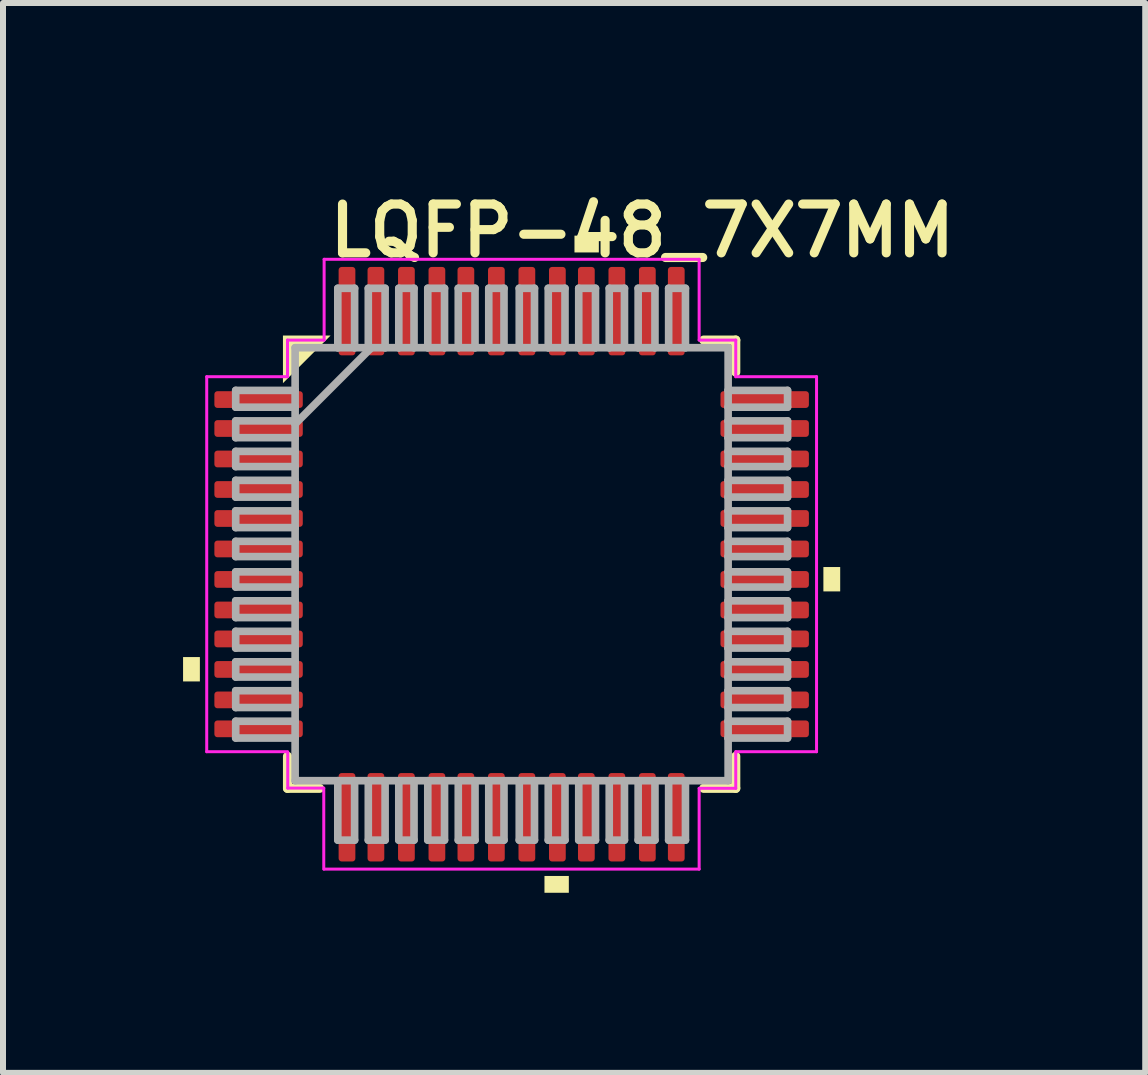
<source format=kicad_pcb>
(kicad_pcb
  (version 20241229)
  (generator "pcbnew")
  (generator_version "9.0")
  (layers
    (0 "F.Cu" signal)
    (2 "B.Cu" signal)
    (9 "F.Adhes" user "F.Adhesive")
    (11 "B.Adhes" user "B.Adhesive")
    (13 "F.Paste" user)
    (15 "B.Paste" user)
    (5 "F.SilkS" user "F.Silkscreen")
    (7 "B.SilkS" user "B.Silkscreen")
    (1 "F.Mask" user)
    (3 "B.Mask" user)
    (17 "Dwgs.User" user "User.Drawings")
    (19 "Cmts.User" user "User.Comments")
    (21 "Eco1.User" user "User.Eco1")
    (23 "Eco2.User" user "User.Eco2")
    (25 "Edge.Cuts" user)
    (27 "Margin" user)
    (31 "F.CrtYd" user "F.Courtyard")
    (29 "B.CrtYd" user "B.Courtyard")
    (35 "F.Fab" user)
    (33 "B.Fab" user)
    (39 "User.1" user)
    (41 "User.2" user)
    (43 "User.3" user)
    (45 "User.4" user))
  (footprint "LQFP-48_7X7MM"
    (layer "F.Cu")
    (at 5.474 6.35)
    (property "Reference" "LQFP-48_7X7MM" (at -3.111 -5.08 0) (layer "F.SilkS") (effects (font (size 0.813 0.813) (thickness 0.152) (bold yes)) (justify left bottom)))
    (attr smd)
    (fp_line (start -3.734 3.2) (end -3.734 3.734) (stroke (width 0.152) (type solid)) (layer "F.SilkS"))
    (fp_line (start -3.734 3.734) (end -3.2 3.734) (stroke (width 0.152) (type solid)) (layer "F.SilkS"))
    (fp_line (start 3.2 3.734) (end 3.734 3.734) (stroke (width 0.152) (type solid)) (layer "F.SilkS"))
    (fp_line (start 3.734 -3.734) (end 3.2 -3.734) (stroke (width 0.152) (type solid)) (layer "F.SilkS"))
    (fp_line (start 3.734 -3.2) (end 3.734 -3.734) (stroke (width 0.152) (type solid)) (layer "F.SilkS"))
    (fp_line (start 3.734 3.734) (end 3.734 3.2) (stroke (width 0.152) (type solid)) (layer "F.SilkS"))
    (fp_poly (pts (xy -3.81 -3.016) (xy -3.81 -3.81) (xy -3.016 -3.81)) (stroke (width 0) (type default)) (fill yes) (layer "F.SilkS"))
    (fp_poly (pts (xy -5.194 1.953) (xy -5.474 1.953) (xy -5.474 1.547) (xy -5.194 1.547)) (stroke (width 0) (type default)) (fill yes) (layer "F.SilkS"))
    (fp_poly (pts (xy 0.953 5.474) (xy 0.547 5.474) (xy 0.547 5.194) (xy 0.953 5.194)) (stroke (width 0) (type default)) (fill yes) (layer "F.SilkS"))
    (fp_poly (pts (xy 1.453 -5.194) (xy 1.047 -5.194) (xy 1.047 -5.474) (xy 1.453 -5.474)) (stroke (width 0) (type default)) (fill yes) (layer "F.SilkS"))
    (fp_poly (pts (xy 5.474 0.453) (xy 5.194 0.453) (xy 5.194 0.047) (xy 5.474 0.047)) (stroke (width 0) (type default)) (fill yes) (layer "F.SilkS"))
    (fp_line (start -5.08 -3.124) (end -3.734 -3.124) (stroke (width 0.05) (type solid)) (layer "F.CrtYd"))
    (fp_line (start -5.08 3.124) (end -5.08 -3.124) (stroke (width 0.05) (type solid)) (layer "F.CrtYd"))
    (fp_line (start -3.734 -3.734) (end -3.124 -3.734) (stroke (width 0.05) (type solid)) (layer "F.CrtYd"))
    (fp_line (start -3.734 -3.124) (end -3.734 -3.734) (stroke (width 0.05) (type solid)) (layer "F.CrtYd"))
    (fp_line (start -3.734 3.124) (end -5.08 3.124) (stroke (width 0.05) (type solid)) (layer "F.CrtYd"))
    (fp_line (start -3.73 3.73) (end -3.73 3.13) (stroke (width 0.05) (type solid)) (layer "F.CrtYd"))
    (fp_line (start -3.13 3.73) (end -3.73 3.73) (stroke (width 0.05) (type solid)) (layer "F.CrtYd"))
    (fp_line (start -3.13 5.08) (end -3.13 3.73) (stroke (width 0.05) (type solid)) (layer "F.CrtYd"))
    (fp_line (start -3.124 -5.08) (end 3.124 -5.08) (stroke (width 0.05) (type solid)) (layer "F.CrtYd"))
    (fp_line (start -3.124 -3.734) (end -3.124 -5.08) (stroke (width 0.05) (type solid)) (layer "F.CrtYd"))
    (fp_line (start 3.124 -5.08) (end 3.124 -3.734) (stroke (width 0.05) (type solid)) (layer "F.CrtYd"))
    (fp_line (start 3.124 -3.734) (end 3.734 -3.734) (stroke (width 0.05) (type solid)) (layer "F.CrtYd"))
    (fp_line (start 3.124 3.734) (end 3.124 5.08) (stroke (width 0.05) (type solid)) (layer "F.CrtYd"))
    (fp_line (start 3.124 5.08) (end -3.124 5.08) (stroke (width 0.05) (type solid)) (layer "F.CrtYd"))
    (fp_line (start 3.734 -3.734) (end 3.734 -3.124) (stroke (width 0.05) (type solid)) (layer "F.CrtYd"))
    (fp_line (start 3.734 -3.124) (end 5.08 -3.124) (stroke (width 0.05) (type solid)) (layer "F.CrtYd"))
    (fp_line (start 3.734 3.124) (end 3.734 3.734) (stroke (width 0.05) (type solid)) (layer "F.CrtYd"))
    (fp_line (start 3.734 3.734) (end 3.124 3.734) (stroke (width 0.05) (type solid)) (layer "F.CrtYd"))
    (fp_line (start 5.08 -3.124) (end 5.08 3.124) (stroke (width 0.05) (type solid)) (layer "F.CrtYd"))
    (fp_line (start 5.08 3.124) (end 3.734 3.124) (stroke (width 0.05) (type solid)) (layer "F.CrtYd"))
    (fp_line (start -4.597 -2.896) (end -4.597 -2.616) (stroke (width 0.127) (type solid)) (layer "F.Fab"))
    (fp_line (start -4.597 -2.616) (end -3.607 -2.616) (stroke (width 0.127) (type solid)) (layer "F.Fab"))
    (fp_line (start -4.597 -2.388) (end -4.597 -2.108) (stroke (width 0.127) (type solid)) (layer "F.Fab"))
    (fp_line (start -4.597 -2.108) (end -3.607 -2.108) (stroke (width 0.127) (type solid)) (layer "F.Fab"))
    (fp_line (start -4.597 -1.88) (end -4.597 -1.626) (stroke (width 0.127) (type solid)) (layer "F.Fab"))
    (fp_line (start -4.597 -1.626) (end -3.607 -1.626) (stroke (width 0.127) (type solid)) (layer "F.Fab"))
    (fp_line (start -4.597 -1.397) (end -4.597 -1.118) (stroke (width 0.127) (type solid)) (layer "F.Fab"))
    (fp_line (start -4.597 -1.118) (end -3.607 -1.118) (stroke (width 0.127) (type solid)) (layer "F.Fab"))
    (fp_line (start -4.597 -0.889) (end -4.597 -0.61) (stroke (width 0.127) (type solid)) (layer "F.Fab"))
    (fp_line (start -4.597 -0.61) (end -3.607 -0.61) (stroke (width 0.127) (type solid)) (layer "F.Fab"))
    (fp_line (start -4.597 -0.381) (end -4.597 -0.127) (stroke (width 0.127) (type solid)) (layer "F.Fab"))
    (fp_line (start -4.597 -0.127) (end -3.607 -0.127) (stroke (width 0.127) (type solid)) (layer "F.Fab"))
    (fp_line (start -4.597 0.127) (end -4.597 0.381) (stroke (width 0.127) (type solid)) (layer "F.Fab"))
    (fp_line (start -4.597 0.381) (end -3.607 0.381) (stroke (width 0.127) (type solid)) (layer "F.Fab"))
    (fp_line (start -4.597 0.61) (end -4.597 0.889) (stroke (width 0.127) (type solid)) (layer "F.Fab"))
    (fp_line (start -4.597 0.889) (end -3.607 0.889) (stroke (width 0.127) (type solid)) (layer "F.Fab"))
    (fp_line (start -4.597 1.118) (end -4.597 1.397) (stroke (width 0.127) (type solid)) (layer "F.Fab"))
    (fp_line (start -4.597 1.397) (end -3.607 1.397) (stroke (width 0.127) (type solid)) (layer "F.Fab"))
    (fp_line (start -4.597 1.626) (end -4.597 1.88) (stroke (width 0.127) (type solid)) (layer "F.Fab"))
    (fp_line (start -4.597 1.88) (end -3.607 1.88) (stroke (width 0.127) (type solid)) (layer "F.Fab"))
    (fp_line (start -4.597 2.108) (end -4.597 2.388) (stroke (width 0.127) (type solid)) (layer "F.Fab"))
    (fp_line (start -4.597 2.388) (end -3.607 2.388) (stroke (width 0.127) (type solid)) (layer "F.Fab"))
    (fp_line (start -4.597 2.616) (end -4.597 2.896) (stroke (width 0.127) (type solid)) (layer "F.Fab"))
    (fp_line (start -4.597 2.896) (end -3.607 2.896) (stroke (width 0.127) (type solid)) (layer "F.Fab"))
    (fp_line (start -3.607 -3.607) (end -3.607 -2.896) (stroke (width 0.127) (type solid)) (layer "F.Fab"))
    (fp_line (start -3.607 -2.896) (end -4.597 -2.896) (stroke (width 0.127) (type solid)) (layer "F.Fab"))
    (fp_line (start -3.607 -2.616) (end -3.607 -2.896) (stroke (width 0.127) (type solid)) (layer "F.Fab"))
    (fp_line (start -3.607 -2.616) (end -3.607 -2.388) (stroke (width 0.127) (type solid)) (layer "F.Fab"))
    (fp_line (start -3.607 -2.388) (end -4.597 -2.388) (stroke (width 0.127) (type solid)) (layer "F.Fab"))
    (fp_line (start -3.607 -2.337) (end -3.607 -2.388) (stroke (width 0.127) (type solid)) (layer "F.Fab"))
    (fp_line (start -3.607 -2.337) (end -2.337 -3.607) (stroke (width 0.127) (type solid)) (layer "F.Fab"))
    (fp_line (start -3.607 -2.108) (end -3.607 -2.337) (stroke (width 0.127) (type solid)) (layer "F.Fab"))
    (fp_line (start -3.607 -2.108) (end -3.607 -1.88) (stroke (width 0.127) (type solid)) (layer "F.Fab"))
    (fp_line (start -3.607 -1.88) (end -4.597 -1.88) (stroke (width 0.127) (type solid)) (layer "F.Fab"))
    (fp_line (start -3.607 -1.626) (end -3.607 -1.88) (stroke (width 0.127) (type solid)) (layer "F.Fab"))
    (fp_line (start -3.607 -1.626) (end -3.607 -1.397) (stroke (width 0.127) (type solid)) (layer "F.Fab"))
    (fp_line (start -3.607 -1.397) (end -4.597 -1.397) (stroke (width 0.127) (type solid)) (layer "F.Fab"))
    (fp_line (start -3.607 -1.118) (end -3.607 -1.397) (stroke (width 0.127) (type solid)) (layer "F.Fab"))
    (fp_line (start -3.607 -1.118) (end -3.607 -0.889) (stroke (width 0.127) (type solid)) (layer "F.Fab"))
    (fp_line (start -3.607 -0.889) (end -4.597 -0.889) (stroke (width 0.127) (type solid)) (layer "F.Fab"))
    (fp_line (start -3.607 -0.61) (end -3.607 -0.889) (stroke (width 0.127) (type solid)) (layer "F.Fab"))
    (fp_line (start -3.607 -0.61) (end -3.607 -0.381) (stroke (width 0.127) (type solid)) (layer "F.Fab"))
    (fp_line (start -3.607 -0.381) (end -4.597 -0.381) (stroke (width 0.127) (type solid)) (layer "F.Fab"))
    (fp_line (start -3.607 -0.381) (end -3.607 -0.127) (stroke (width 0.127) (type solid)) (layer "F.Fab"))
    (fp_line (start -3.607 -0.127) (end -3.607 0.127) (stroke (width 0.127) (type solid)) (layer "F.Fab"))
    (fp_line (start -3.607 0.127) (end -4.597 0.127) (stroke (width 0.127) (type solid)) (layer "F.Fab"))
    (fp_line (start -3.607 0.381) (end -3.607 0.127) (stroke (width 0.127) (type solid)) (layer "F.Fab"))
    (fp_line (start -3.607 0.381) (end -3.607 0.61) (stroke (width 0.127) (type solid)) (layer "F.Fab"))
    (fp_line (start -3.607 0.61) (end -4.597 0.61) (stroke (width 0.127) (type solid)) (layer "F.Fab"))
    (fp_line (start -3.607 0.889) (end -3.607 0.61) (stroke (width 0.127) (type solid)) (layer "F.Fab"))
    (fp_line (start -3.607 0.889) (end -3.607 1.118) (stroke (width 0.127) (type solid)) (layer "F.Fab"))
    (fp_line (start -3.607 1.118) (end -4.597 1.118) (stroke (width 0.127) (type solid)) (layer "F.Fab"))
    (fp_line (start -3.607 1.397) (end -3.607 1.118) (stroke (width 0.127) (type solid)) (layer "F.Fab"))
    (fp_line (start -3.607 1.397) (end -3.607 1.626) (stroke (width 0.127) (type solid)) (layer "F.Fab"))
    (fp_line (start -3.607 1.626) (end -4.597 1.626) (stroke (width 0.127) (type solid)) (layer "F.Fab"))
    (fp_line (start -3.607 1.88) (end -3.607 1.626) (stroke (width 0.127) (type solid)) (layer "F.Fab"))
    (fp_line (start -3.607 1.88) (end -3.607 2.108) (stroke (width 0.127) (type solid)) (layer "F.Fab"))
    (fp_line (start -3.607 2.108) (end -4.597 2.108) (stroke (width 0.127) (type solid)) (layer "F.Fab"))
    (fp_line (start -3.607 2.388) (end -3.607 2.108) (stroke (width 0.127) (type solid)) (layer "F.Fab"))
    (fp_line (start -3.607 2.388) (end -3.607 2.616) (stroke (width 0.127) (type solid)) (layer "F.Fab"))
    (fp_line (start -3.607 2.616) (end -4.597 2.616) (stroke (width 0.127) (type solid)) (layer "F.Fab"))
    (fp_line (start -3.607 2.896) (end -3.607 2.616) (stroke (width 0.127) (type solid)) (layer "F.Fab"))
    (fp_line (start -3.607 2.896) (end -3.607 3.607) (stroke (width 0.127) (type solid)) (layer "F.Fab"))
    (fp_line (start -3.607 3.607) (end -2.896 3.607) (stroke (width 0.127) (type solid)) (layer "F.Fab"))
    (fp_line (start -2.896 -4.597) (end -2.896 -3.607) (stroke (width 0.127) (type solid)) (layer "F.Fab"))
    (fp_line (start -2.896 -3.607) (end -3.607 -3.607) (stroke (width 0.127) (type solid)) (layer "F.Fab"))
    (fp_line (start -2.896 -3.607) (end -2.616 -3.607) (stroke (width 0.127) (type solid)) (layer "F.Fab"))
    (fp_line (start -2.896 3.607) (end -2.896 4.597) (stroke (width 0.127) (type solid)) (layer "F.Fab"))
    (fp_line (start -2.896 4.597) (end -2.616 4.597) (stroke (width 0.127) (type solid)) (layer "F.Fab"))
    (fp_line (start -2.616 -4.597) (end -2.896 -4.597) (stroke (width 0.127) (type solid)) (layer "F.Fab"))
    (fp_line (start -2.616 -3.607) (end -2.616 -4.597) (stroke (width 0.127) (type solid)) (layer "F.Fab"))
    (fp_line (start -2.616 3.607) (end -2.896 3.607) (stroke (width 0.127) (type solid)) (layer "F.Fab"))
    (fp_line (start -2.616 3.607) (end -2.388 3.607) (stroke (width 0.127) (type solid)) (layer "F.Fab"))
    (fp_line (start -2.616 4.597) (end -2.616 3.607) (stroke (width 0.127) (type solid)) (layer "F.Fab"))
    (fp_line (start -2.388 -4.597) (end -2.388 -3.607) (stroke (width 0.127) (type solid)) (layer "F.Fab"))
    (fp_line (start -2.388 -3.607) (end -2.616 -3.607) (stroke (width 0.127) (type solid)) (layer "F.Fab"))
    (fp_line (start -2.388 -3.607) (end -2.337 -3.607) (stroke (width 0.127) (type solid)) (layer "F.Fab"))
    (fp_line (start -2.388 3.607) (end -2.388 4.597) (stroke (width 0.127) (type solid)) (layer "F.Fab"))
    (fp_line (start -2.388 4.597) (end -2.108 4.597) (stroke (width 0.127) (type solid)) (layer "F.Fab"))
    (fp_line (start -2.337 -3.607) (end -2.108 -3.607) (stroke (width 0.127) (type solid)) (layer "F.Fab"))
    (fp_line (start -2.108 -4.597) (end -2.388 -4.597) (stroke (width 0.127) (type solid)) (layer "F.Fab"))
    (fp_line (start -2.108 -3.607) (end -2.108 -4.597) (stroke (width 0.127) (type solid)) (layer "F.Fab"))
    (fp_line (start -2.108 3.607) (end -2.388 3.607) (stroke (width 0.127) (type solid)) (layer "F.Fab"))
    (fp_line (start -2.108 3.607) (end -1.88 3.607) (stroke (width 0.127) (type solid)) (layer "F.Fab"))
    (fp_line (start -2.108 4.597) (end -2.108 3.607) (stroke (width 0.127) (type solid)) (layer "F.Fab"))
    (fp_line (start -1.88 -4.597) (end -1.88 -3.607) (stroke (width 0.127) (type solid)) (layer "F.Fab"))
    (fp_line (start -1.88 -3.607) (end -2.108 -3.607) (stroke (width 0.127) (type solid)) (layer "F.Fab"))
    (fp_line (start -1.88 -3.607) (end -1.626 -3.607) (stroke (width 0.127) (type solid)) (layer "F.Fab"))
    (fp_line (start -1.88 3.607) (end -1.88 4.597) (stroke (width 0.127) (type solid)) (layer "F.Fab"))
    (fp_line (start -1.88 4.597) (end -1.626 4.597) (stroke (width 0.127) (type solid)) (layer "F.Fab"))
    (fp_line (start -1.626 -4.597) (end -1.88 -4.597) (stroke (width 0.127) (type solid)) (layer "F.Fab"))
    (fp_line (start -1.626 -3.607) (end -1.626 -4.597) (stroke (width 0.127) (type solid)) (layer "F.Fab"))
    (fp_line (start -1.626 3.607) (end -1.88 3.607) (stroke (width 0.127) (type solid)) (layer "F.Fab"))
    (fp_line (start -1.626 3.607) (end -1.397 3.607) (stroke (width 0.127) (type solid)) (layer "F.Fab"))
    (fp_line (start -1.626 4.597) (end -1.626 3.607) (stroke (width 0.127) (type solid)) (layer "F.Fab"))
    (fp_line (start -1.397 -4.597) (end -1.397 -3.607) (stroke (width 0.127) (type solid)) (layer "F.Fab"))
    (fp_line (start -1.397 -3.607) (end -1.626 -3.607) (stroke (width 0.127) (type solid)) (layer "F.Fab"))
    (fp_line (start -1.397 -3.607) (end -1.118 -3.607) (stroke (width 0.127) (type solid)) (layer "F.Fab"))
    (fp_line (start -1.397 3.607) (end -1.397 4.597) (stroke (width 0.127) (type solid)) (layer "F.Fab"))
    (fp_line (start -1.397 4.597) (end -1.118 4.597) (stroke (width 0.127) (type solid)) (layer "F.Fab"))
    (fp_line (start -1.118 -4.597) (end -1.397 -4.597) (stroke (width 0.127) (type solid)) (layer "F.Fab"))
    (fp_line (start -1.118 -3.607) (end -1.118 -4.597) (stroke (width 0.127) (type solid)) (layer "F.Fab"))
    (fp_line (start -1.118 3.607) (end -1.397 3.607) (stroke (width 0.127) (type solid)) (layer "F.Fab"))
    (fp_line (start -1.118 3.607) (end -0.889 3.607) (stroke (width 0.127) (type solid)) (layer "F.Fab"))
    (fp_line (start -1.118 4.597) (end -1.118 3.607) (stroke (width 0.127) (type solid)) (layer "F.Fab"))
    (fp_line (start -0.889 -4.597) (end -0.889 -3.607) (stroke (width 0.127) (type solid)) (layer "F.Fab"))
    (fp_line (start -0.889 -3.607) (end -1.118 -3.607) (stroke (width 0.127) (type solid)) (layer "F.Fab"))
    (fp_line (start -0.889 -3.607) (end -0.61 -3.607) (stroke (width 0.127) (type solid)) (layer "F.Fab"))
    (fp_line (start -0.889 3.607) (end -0.889 4.597) (stroke (width 0.127) (type solid)) (layer "F.Fab"))
    (fp_line (start -0.889 4.597) (end -0.61 4.597) (stroke (width 0.127) (type solid)) (layer "F.Fab"))
    (fp_line (start -0.61 -4.597) (end -0.889 -4.597) (stroke (width 0.127) (type solid)) (layer "F.Fab"))
    (fp_line (start -0.61 -3.607) (end -0.61 -4.597) (stroke (width 0.127) (type solid)) (layer "F.Fab"))
    (fp_line (start -0.61 3.607) (end -0.889 3.607) (stroke (width 0.127) (type solid)) (layer "F.Fab"))
    (fp_line (start -0.61 3.607) (end -0.381 3.607) (stroke (width 0.127) (type solid)) (layer "F.Fab"))
    (fp_line (start -0.61 4.597) (end -0.61 3.607) (stroke (width 0.127) (type solid)) (layer "F.Fab"))
    (fp_line (start -0.381 -4.597) (end -0.381 -3.607) (stroke (width 0.127) (type solid)) (layer "F.Fab"))
    (fp_line (start -0.381 -3.607) (end -0.61 -3.607) (stroke (width 0.127) (type solid)) (layer "F.Fab"))
    (fp_line (start -0.381 -3.607) (end -0.127 -3.607) (stroke (width 0.127) (type solid)) (layer "F.Fab"))
    (fp_line (start -0.381 3.607) (end -0.381 4.597) (stroke (width 0.127) (type solid)) (layer "F.Fab"))
    (fp_line (start -0.381 4.597) (end -0.127 4.597) (stroke (width 0.127) (type solid)) (layer "F.Fab"))
    (fp_line (start -0.127 -4.597) (end -0.381 -4.597) (stroke (width 0.127) (type solid)) (layer "F.Fab"))
    (fp_line (start -0.127 -3.607) (end -0.127 -4.597) (stroke (width 0.127) (type solid)) (layer "F.Fab"))
    (fp_line (start -0.127 3.607) (end -0.381 3.607) (stroke (width 0.127) (type solid)) (layer "F.Fab"))
    (fp_line (start -0.127 3.607) (end 0.127 3.607) (stroke (width 0.127) (type solid)) (layer "F.Fab"))
    (fp_line (start -0.127 4.597) (end -0.127 3.607) (stroke (width 0.127) (type solid)) (layer "F.Fab"))
    (fp_line (start 0.127 -4.597) (end 0.127 -3.607) (stroke (width 0.127) (type solid)) (layer "F.Fab"))
    (fp_line (start 0.127 -3.607) (end -0.127 -3.607) (stroke (width 0.127) (type solid)) (layer "F.Fab"))
    (fp_line (start 0.127 -3.607) (end 0.381 -3.607) (stroke (width 0.127) (type solid)) (layer "F.Fab"))
    (fp_line (start 0.127 3.607) (end 0.127 4.597) (stroke (width 0.127) (type solid)) (layer "F.Fab"))
    (fp_line (start 0.127 4.597) (end 0.381 4.597) (stroke (width 0.127) (type solid)) (layer "F.Fab"))
    (fp_line (start 0.381 -4.597) (end 0.127 -4.597) (stroke (width 0.127) (type solid)) (layer "F.Fab"))
    (fp_line (start 0.381 -3.607) (end 0.381 -4.597) (stroke (width 0.127) (type solid)) (layer "F.Fab"))
    (fp_line (start 0.381 3.607) (end 0.127 3.607) (stroke (width 0.127) (type solid)) (layer "F.Fab"))
    (fp_line (start 0.381 3.607) (end 0.61 3.607) (stroke (width 0.127) (type solid)) (layer "F.Fab"))
    (fp_line (start 0.381 4.597) (end 0.381 3.607) (stroke (width 0.127) (type solid)) (layer "F.Fab"))
    (fp_line (start 0.61 -4.597) (end 0.61 -3.607) (stroke (width 0.127) (type solid)) (layer "F.Fab"))
    (fp_line (start 0.61 -3.607) (end 0.381 -3.607) (stroke (width 0.127) (type solid)) (layer "F.Fab"))
    (fp_line (start 0.61 -3.607) (end 0.889 -3.607) (stroke (width 0.127) (type solid)) (layer "F.Fab"))
    (fp_line (start 0.61 3.607) (end 0.61 4.597) (stroke (width 0.127) (type solid)) (layer "F.Fab"))
    (fp_line (start 0.61 4.597) (end 0.889 4.597) (stroke (width 0.127) (type solid)) (layer "F.Fab"))
    (fp_line (start 0.889 -4.597) (end 0.61 -4.597) (stroke (width 0.127) (type solid)) (layer "F.Fab"))
    (fp_line (start 0.889 -3.607) (end 0.889 -4.597) (stroke (width 0.127) (type solid)) (layer "F.Fab"))
    (fp_line (start 0.889 3.607) (end 0.61 3.607) (stroke (width 0.127) (type solid)) (layer "F.Fab"))
    (fp_line (start 0.889 3.607) (end 1.118 3.607) (stroke (width 0.127) (type solid)) (layer "F.Fab"))
    (fp_line (start 0.889 4.597) (end 0.889 3.607) (stroke (width 0.127) (type solid)) (layer "F.Fab"))
    (fp_line (start 1.118 -4.597) (end 1.118 -3.607) (stroke (width 0.127) (type solid)) (layer "F.Fab"))
    (fp_line (start 1.118 -3.607) (end 0.889 -3.607) (stroke (width 0.127) (type solid)) (layer "F.Fab"))
    (fp_line (start 1.118 -3.607) (end 1.397 -3.607) (stroke (width 0.127) (type solid)) (layer "F.Fab"))
    (fp_line (start 1.118 3.607) (end 1.118 4.597) (stroke (width 0.127) (type solid)) (layer "F.Fab"))
    (fp_line (start 1.118 4.597) (end 1.397 4.597) (stroke (width 0.127) (type solid)) (layer "F.Fab"))
    (fp_line (start 1.397 -4.597) (end 1.118 -4.597) (stroke (width 0.127) (type solid)) (layer "F.Fab"))
    (fp_line (start 1.397 -3.607) (end 1.397 -4.597) (stroke (width 0.127) (type solid)) (layer "F.Fab"))
    (fp_line (start 1.397 3.607) (end 1.118 3.607) (stroke (width 0.127) (type solid)) (layer "F.Fab"))
    (fp_line (start 1.397 3.607) (end 1.626 3.607) (stroke (width 0.127) (type solid)) (layer "F.Fab"))
    (fp_line (start 1.397 4.597) (end 1.397 3.607) (stroke (width 0.127) (type solid)) (layer "F.Fab"))
    (fp_line (start 1.626 -4.597) (end 1.626 -3.607) (stroke (width 0.127) (type solid)) (layer "F.Fab"))
    (fp_line (start 1.626 -3.607) (end 1.397 -3.607) (stroke (width 0.127) (type solid)) (layer "F.Fab"))
    (fp_line (start 1.626 -3.607) (end 1.88 -3.607) (stroke (width 0.127) (type solid)) (layer "F.Fab"))
    (fp_line (start 1.626 3.607) (end 1.626 4.597) (stroke (width 0.127) (type solid)) (layer "F.Fab"))
    (fp_line (start 1.626 4.597) (end 1.88 4.597) (stroke (width 0.127) (type solid)) (layer "F.Fab"))
    (fp_line (start 1.88 -4.597) (end 1.626 -4.597) (stroke (width 0.127) (type solid)) (layer "F.Fab"))
    (fp_line (start 1.88 -3.607) (end 1.88 -4.597) (stroke (width 0.127) (type solid)) (layer "F.Fab"))
    (fp_line (start 1.88 3.607) (end 1.626 3.607) (stroke (width 0.127) (type solid)) (layer "F.Fab"))
    (fp_line (start 1.88 3.607) (end 2.108 3.607) (stroke (width 0.127) (type solid)) (layer "F.Fab"))
    (fp_line (start 1.88 4.597) (end 1.88 3.607) (stroke (width 0.127) (type solid)) (layer "F.Fab"))
    (fp_line (start 2.108 -4.597) (end 2.108 -3.607) (stroke (width 0.127) (type solid)) (layer "F.Fab"))
    (fp_line (start 2.108 -3.607) (end 1.88 -3.607) (stroke (width 0.127) (type solid)) (layer "F.Fab"))
    (fp_line (start 2.108 -3.607) (end 2.388 -3.607) (stroke (width 0.127) (type solid)) (layer "F.Fab"))
    (fp_line (start 2.108 3.607) (end 2.108 4.597) (stroke (width 0.127) (type solid)) (layer "F.Fab"))
    (fp_line (start 2.108 4.597) (end 2.388 4.597) (stroke (width 0.127) (type solid)) (layer "F.Fab"))
    (fp_line (start 2.388 -4.597) (end 2.108 -4.597) (stroke (width 0.127) (type solid)) (layer "F.Fab"))
    (fp_line (start 2.388 -3.607) (end 2.388 -4.597) (stroke (width 0.127) (type solid)) (layer "F.Fab"))
    (fp_line (start 2.388 3.607) (end 2.108 3.607) (stroke (width 0.127) (type solid)) (layer "F.Fab"))
    (fp_line (start 2.388 3.607) (end 2.616 3.607) (stroke (width 0.127) (type solid)) (layer "F.Fab"))
    (fp_line (start 2.388 4.597) (end 2.388 3.607) (stroke (width 0.127) (type solid)) (layer "F.Fab"))
    (fp_line (start 2.616 -4.597) (end 2.616 -3.607) (stroke (width 0.127) (type solid)) (layer "F.Fab"))
    (fp_line (start 2.616 -3.607) (end 2.388 -3.607) (stroke (width 0.127) (type solid)) (layer "F.Fab"))
    (fp_line (start 2.616 -3.607) (end 2.896 -3.607) (stroke (width 0.127) (type solid)) (layer "F.Fab"))
    (fp_line (start 2.616 3.607) (end 2.616 4.597) (stroke (width 0.127) (type solid)) (layer "F.Fab"))
    (fp_line (start 2.616 4.597) (end 2.896 4.597) (stroke (width 0.127) (type solid)) (layer "F.Fab"))
    (fp_line (start 2.896 -4.597) (end 2.616 -4.597) (stroke (width 0.127) (type solid)) (layer "F.Fab"))
    (fp_line (start 2.896 -3.607) (end 2.896 -4.597) (stroke (width 0.127) (type solid)) (layer "F.Fab"))
    (fp_line (start 2.896 3.607) (end 2.616 3.607) (stroke (width 0.127) (type solid)) (layer "F.Fab"))
    (fp_line (start 2.896 3.607) (end 3.607 3.607) (stroke (width 0.127) (type solid)) (layer "F.Fab"))
    (fp_line (start 2.896 4.597) (end 2.896 3.607) (stroke (width 0.127) (type solid)) (layer "F.Fab"))
    (fp_line (start 3.607 -3.607) (end 2.896 -3.607) (stroke (width 0.127) (type solid)) (layer "F.Fab"))
    (fp_line (start 3.607 -2.896) (end 3.607 -3.607) (stroke (width 0.127) (type solid)) (layer "F.Fab"))
    (fp_line (start 3.607 -2.896) (end 3.607 -2.616) (stroke (width 0.127) (type solid)) (layer "F.Fab"))
    (fp_line (start 3.607 -2.616) (end 4.597 -2.616) (stroke (width 0.127) (type solid)) (layer "F.Fab"))
    (fp_line (start 3.607 -2.388) (end 3.607 -2.616) (stroke (width 0.127) (type solid)) (layer "F.Fab"))
    (fp_line (start 3.607 -2.388) (end 3.607 -2.108) (stroke (width 0.127) (type solid)) (layer "F.Fab"))
    (fp_line (start 3.607 -2.108) (end 4.597 -2.108) (stroke (width 0.127) (type solid)) (layer "F.Fab"))
    (fp_line (start 3.607 -1.88) (end 3.607 -2.108) (stroke (width 0.127) (type solid)) (layer "F.Fab"))
    (fp_line (start 3.607 -1.88) (end 3.607 -1.626) (stroke (width 0.127) (type solid)) (layer "F.Fab"))
    (fp_line (start 3.607 -1.626) (end 4.597 -1.626) (stroke (width 0.127) (type solid)) (layer "F.Fab"))
    (fp_line (start 3.607 -1.397) (end 3.607 -1.626) (stroke (width 0.127) (type solid)) (layer "F.Fab"))
    (fp_line (start 3.607 -1.397) (end 3.607 -1.118) (stroke (width 0.127) (type solid)) (layer "F.Fab"))
    (fp_line (start 3.607 -1.118) (end 4.597 -1.118) (stroke (width 0.127) (type solid)) (layer "F.Fab"))
    (fp_line (start 3.607 -0.889) (end 3.607 -1.118) (stroke (width 0.127) (type solid)) (layer "F.Fab"))
    (fp_line (start 3.607 -0.889) (end 3.607 -0.61) (stroke (width 0.127) (type solid)) (layer "F.Fab"))
    (fp_line (start 3.607 -0.61) (end 4.597 -0.61) (stroke (width 0.127) (type solid)) (layer "F.Fab"))
    (fp_line (start 3.607 -0.381) (end 3.607 -0.61) (stroke (width 0.127) (type solid)) (layer "F.Fab"))
    (fp_line (start 3.607 -0.381) (end 3.607 -0.127) (stroke (width 0.127) (type solid)) (layer "F.Fab"))
    (fp_line (start 3.607 -0.127) (end 4.597 -0.127) (stroke (width 0.127) (type solid)) (layer "F.Fab"))
    (fp_line (start 3.607 0.127) (end 3.607 -0.127) (stroke (width 0.127) (type solid)) (layer "F.Fab"))
    (fp_line (start 3.607 0.127) (end 3.607 0.381) (stroke (width 0.127) (type solid)) (layer "F.Fab"))
    (fp_line (start 3.607 0.381) (end 4.597 0.381) (stroke (width 0.127) (type solid)) (layer "F.Fab"))
    (fp_line (start 3.607 0.61) (end 3.607 0.381) (stroke (width 0.127) (type solid)) (layer "F.Fab"))
    (fp_line (start 3.607 0.61) (end 3.607 0.889) (stroke (width 0.127) (type solid)) (layer "F.Fab"))
    (fp_line (start 3.607 0.889) (end 4.597 0.889) (stroke (width 0.127) (type solid)) (layer "F.Fab"))
    (fp_line (start 3.607 1.118) (end 3.607 0.889) (stroke (width 0.127) (type solid)) (layer "F.Fab"))
    (fp_line (start 3.607 1.118) (end 3.607 1.397) (stroke (width 0.127) (type solid)) (layer "F.Fab"))
    (fp_line (start 3.607 1.397) (end 4.597 1.397) (stroke (width 0.127) (type solid)) (layer "F.Fab"))
    (fp_line (start 3.607 1.626) (end 3.607 1.397) (stroke (width 0.127) (type solid)) (layer "F.Fab"))
    (fp_line (start 3.607 1.626) (end 3.607 1.88) (stroke (width 0.127) (type solid)) (layer "F.Fab"))
    (fp_line (start 3.607 1.88) (end 4.597 1.88) (stroke (width 0.127) (type solid)) (layer "F.Fab"))
    (fp_line (start 3.607 2.108) (end 3.607 1.88) (stroke (width 0.127) (type solid)) (layer "F.Fab"))
    (fp_line (start 3.607 2.108) (end 3.607 2.388) (stroke (width 0.127) (type solid)) (layer "F.Fab"))
    (fp_line (start 3.607 2.388) (end 4.597 2.388) (stroke (width 0.127) (type solid)) (layer "F.Fab"))
    (fp_line (start 3.607 2.616) (end 3.607 2.388) (stroke (width 0.127) (type solid)) (layer "F.Fab"))
    (fp_line (start 3.607 2.616) (end 3.607 2.896) (stroke (width 0.127) (type solid)) (layer "F.Fab"))
    (fp_line (start 3.607 2.896) (end 4.597 2.896) (stroke (width 0.127) (type solid)) (layer "F.Fab"))
    (fp_line (start 3.607 3.607) (end 3.607 2.896) (stroke (width 0.127) (type solid)) (layer "F.Fab"))
    (fp_line (start 4.597 -2.896) (end 3.607 -2.896) (stroke (width 0.127) (type solid)) (layer "F.Fab"))
    (fp_line (start 4.597 -2.616) (end 4.597 -2.896) (stroke (width 0.127) (type solid)) (layer "F.Fab"))
    (fp_line (start 4.597 -2.388) (end 3.607 -2.388) (stroke (width 0.127) (type solid)) (layer "F.Fab"))
    (fp_line (start 4.597 -2.108) (end 4.597 -2.388) (stroke (width 0.127) (type solid)) (layer "F.Fab"))
    (fp_line (start 4.597 -1.88) (end 3.607 -1.88) (stroke (width 0.127) (type solid)) (layer "F.Fab"))
    (fp_line (start 4.597 -1.626) (end 4.597 -1.88) (stroke (width 0.127) (type solid)) (layer "F.Fab"))
    (fp_line (start 4.597 -1.397) (end 3.607 -1.397) (stroke (width 0.127) (type solid)) (layer "F.Fab"))
    (fp_line (start 4.597 -1.118) (end 4.597 -1.397) (stroke (width 0.127) (type solid)) (layer "F.Fab"))
    (fp_line (start 4.597 -0.889) (end 3.607 -0.889) (stroke (width 0.127) (type solid)) (layer "F.Fab"))
    (fp_line (start 4.597 -0.61) (end 4.597 -0.889) (stroke (width 0.127) (type solid)) (layer "F.Fab"))
    (fp_line (start 4.597 -0.381) (end 3.607 -0.381) (stroke (width 0.127) (type solid)) (layer "F.Fab"))
    (fp_line (start 4.597 -0.127) (end 4.597 -0.381) (stroke (width 0.127) (type solid)) (layer "F.Fab"))
    (fp_line (start 4.597 0.127) (end 3.607 0.127) (stroke (width 0.127) (type solid)) (layer "F.Fab"))
    (fp_line (start 4.597 0.381) (end 4.597 0.127) (stroke (width 0.127) (type solid)) (layer "F.Fab"))
    (fp_line (start 4.597 0.61) (end 3.607 0.61) (stroke (width 0.127) (type solid)) (layer "F.Fab"))
    (fp_line (start 4.597 0.889) (end 4.597 0.61) (stroke (width 0.127) (type solid)) (layer "F.Fab"))
    (fp_line (start 4.597 1.118) (end 3.607 1.118) (stroke (width 0.127) (type solid)) (layer "F.Fab"))
    (fp_line (start 4.597 1.397) (end 4.597 1.118) (stroke (width 0.127) (type solid)) (layer "F.Fab"))
    (fp_line (start 4.597 1.626) (end 3.607 1.626) (stroke (width 0.127) (type solid)) (layer "F.Fab"))
    (fp_line (start 4.597 1.88) (end 4.597 1.626) (stroke (width 0.127) (type solid)) (layer "F.Fab"))
    (fp_line (start 4.597 2.108) (end 3.607 2.108) (stroke (width 0.127) (type solid)) (layer "F.Fab"))
    (fp_line (start 4.597 2.388) (end 4.597 2.108) (stroke (width 0.127) (type solid)) (layer "F.Fab"))
    (fp_line (start 4.597 2.616) (end 3.607 2.616) (stroke (width 0.127) (type solid)) (layer "F.Fab"))
    (fp_line (start 4.597 2.896) (end 4.597 2.616) (stroke (width 0.127) (type solid)) (layer "F.Fab"))
    (pad "1" smd roundrect (at -4.216 -2.743 270) (size 0.279 1.473) (layers "F.Cu" "F.Mask" "F.Paste") (roundrect_rratio 0.182))
    (pad "2" smd roundrect (at -4.216 -2.261 270) (size 0.279 1.473) (layers "F.Cu" "F.Mask" "F.Paste") (roundrect_rratio 0.182))
    (pad "3" smd roundrect (at -4.216 -1.753 270) (size 0.279 1.473) (layers "F.Cu" "F.Mask" "F.Paste") (roundrect_rratio 0.182))
    (pad "4" smd roundrect (at -4.216 -1.245 270) (size 0.279 1.473) (layers "F.Cu" "F.Mask" "F.Paste") (roundrect_rratio 0.182))
    (pad "5" smd roundrect (at -4.216 -0.762 270) (size 0.279 1.473) (layers "F.Cu" "F.Mask" "F.Paste") (roundrect_rratio 0.182))
    (pad "6" smd roundrect (at -4.216 -0.254 270) (size 0.279 1.473) (layers "F.Cu" "F.Mask" "F.Paste") (roundrect_rratio 0.182))
    (pad "7" smd roundrect (at -4.216 0.254 270) (size 0.279 1.473) (layers "F.Cu" "F.Mask" "F.Paste") (roundrect_rratio 0.182))
    (pad "8" smd roundrect (at -4.216 0.762 270) (size 0.279 1.473) (layers "F.Cu" "F.Mask" "F.Paste") (roundrect_rratio 0.182))
    (pad "9" smd roundrect (at -4.216 1.245 270) (size 0.279 1.473) (layers "F.Cu" "F.Mask" "F.Paste") (roundrect_rratio 0.182))
    (pad "10" smd roundrect (at -4.216 1.753 270) (size 0.279 1.473) (layers "F.Cu" "F.Mask" "F.Paste") (roundrect_rratio 0.182))
    (pad "11" smd roundrect (at -4.216 2.261 270) (size 0.279 1.473) (layers "F.Cu" "F.Mask" "F.Paste") (roundrect_rratio 0.182))
    (pad "12" smd roundrect (at -4.216 2.743 270) (size 0.279 1.473) (layers "F.Cu" "F.Mask" "F.Paste") (roundrect_rratio 0.182))
    (pad "13" smd roundrect (at -2.743 4.216 180) (size 0.279 1.473) (layers "F.Cu" "F.Mask" "F.Paste") (roundrect_rratio 0.182))
    (pad "14" smd roundrect (at -2.261 4.216 180) (size 0.279 1.473) (layers "F.Cu" "F.Mask" "F.Paste") (roundrect_rratio 0.182))
    (pad "15" smd roundrect (at -1.753 4.216 180) (size 0.279 1.473) (layers "F.Cu" "F.Mask" "F.Paste") (roundrect_rratio 0.182))
    (pad "16" smd roundrect (at -1.245 4.216 180) (size 0.279 1.473) (layers "F.Cu" "F.Mask" "F.Paste") (roundrect_rratio 0.182))
    (pad "17" smd roundrect (at -0.762 4.216 180) (size 0.279 1.473) (layers "F.Cu" "F.Mask" "F.Paste") (roundrect_rratio 0.182))
    (pad "18" smd roundrect (at -0.254 4.216 180) (size 0.279 1.473) (layers "F.Cu" "F.Mask" "F.Paste") (roundrect_rratio 0.182))
    (pad "19" smd roundrect (at 0.254 4.216 180) (size 0.279 1.473) (layers "F.Cu" "F.Mask" "F.Paste") (roundrect_rratio 0.182))
    (pad "20" smd roundrect (at 0.762 4.216 180) (size 0.279 1.473) (layers "F.Cu" "F.Mask" "F.Paste") (roundrect_rratio 0.182))
    (pad "21" smd roundrect (at 1.245 4.216 180) (size 0.279 1.473) (layers "F.Cu" "F.Mask" "F.Paste") (roundrect_rratio 0.182))
    (pad "22" smd roundrect (at 1.753 4.216 180) (size 0.279 1.473) (layers "F.Cu" "F.Mask" "F.Paste") (roundrect_rratio 0.182))
    (pad "23" smd roundrect (at 2.261 4.216 180) (size 0.279 1.473) (layers "F.Cu" "F.Mask" "F.Paste") (roundrect_rratio 0.182))
    (pad "24" smd roundrect (at 2.743 4.216 180) (size 0.279 1.473) (layers "F.Cu" "F.Mask" "F.Paste") (roundrect_rratio 0.182))
    (pad "25" smd roundrect (at 4.216 2.743 270) (size 0.279 1.473) (layers "F.Cu" "F.Mask" "F.Paste") (roundrect_rratio 0.182))
    (pad "26" smd roundrect (at 4.216 2.261 270) (size 0.279 1.473) (layers "F.Cu" "F.Mask" "F.Paste") (roundrect_rratio 0.182))
    (pad "27" smd roundrect (at 4.216 1.753 270) (size 0.279 1.473) (layers "F.Cu" "F.Mask" "F.Paste") (roundrect_rratio 0.182))
    (pad "28" smd roundrect (at 4.216 1.245 270) (size 0.279 1.473) (layers "F.Cu" "F.Mask" "F.Paste") (roundrect_rratio 0.182))
    (pad "29" smd roundrect (at 4.216 0.762 270) (size 0.279 1.473) (layers "F.Cu" "F.Mask" "F.Paste") (roundrect_rratio 0.182))
    (pad "30" smd roundrect (at 4.216 0.254 270) (size 0.279 1.473) (layers "F.Cu" "F.Mask" "F.Paste") (roundrect_rratio 0.182))
    (pad "31" smd roundrect (at 4.216 -0.254 270) (size 0.279 1.473) (layers "F.Cu" "F.Mask" "F.Paste") (roundrect_rratio 0.182))
    (pad "32" smd roundrect (at 4.216 -0.762 270) (size 0.279 1.473) (layers "F.Cu" "F.Mask" "F.Paste") (roundrect_rratio 0.182))
    (pad "33" smd roundrect (at 4.216 -1.245 270) (size 0.279 1.473) (layers "F.Cu" "F.Mask" "F.Paste") (roundrect_rratio 0.182))
    (pad "34" smd roundrect (at 4.216 -1.753 270) (size 0.279 1.473) (layers "F.Cu" "F.Mask" "F.Paste") (roundrect_rratio 0.182))
    (pad "35" smd roundrect (at 4.216 -2.261 270) (size 0.279 1.473) (layers "F.Cu" "F.Mask" "F.Paste") (roundrect_rratio 0.182))
    (pad "36" smd roundrect (at 4.216 -2.743 270) (size 0.279 1.473) (layers "F.Cu" "F.Mask" "F.Paste") (roundrect_rratio 0.182))
    (pad "37" smd roundrect (at 2.743 -4.216 180) (size 0.279 1.473) (layers "F.Cu" "F.Mask" "F.Paste") (roundrect_rratio 0.182))
    (pad "38" smd roundrect (at 2.261 -4.216 180) (size 0.279 1.473) (layers "F.Cu" "F.Mask" "F.Paste") (roundrect_rratio 0.182))
    (pad "39" smd roundrect (at 1.753 -4.216 180) (size 0.279 1.473) (layers "F.Cu" "F.Mask" "F.Paste") (roundrect_rratio 0.182))
    (pad "40" smd roundrect (at 1.245 -4.216 180) (size 0.279 1.473) (layers "F.Cu" "F.Mask" "F.Paste") (roundrect_rratio 0.182))
    (pad "41" smd roundrect (at 0.762 -4.216 180) (size 0.279 1.473) (layers "F.Cu" "F.Mask" "F.Paste") (roundrect_rratio 0.182))
    (pad "42" smd roundrect (at 0.254 -4.216 180) (size 0.279 1.473) (layers "F.Cu" "F.Mask" "F.Paste") (roundrect_rratio 0.182))
    (pad "43" smd roundrect (at -0.254 -4.216 180) (size 0.279 1.473) (layers "F.Cu" "F.Mask" "F.Paste") (roundrect_rratio 0.182))
    (pad "44" smd roundrect (at -0.762 -4.216 180) (size 0.279 1.473) (layers "F.Cu" "F.Mask" "F.Paste") (roundrect_rratio 0.182))
    (pad "45" smd roundrect (at -1.245 -4.216 180) (size 0.279 1.473) (layers "F.Cu" "F.Mask" "F.Paste") (roundrect_rratio 0.182))
    (pad "46" smd roundrect (at -1.753 -4.216 180) (size 0.279 1.473) (layers "F.Cu" "F.Mask" "F.Paste") (roundrect_rratio 0.182))
    (pad "47" smd roundrect (at -2.261 -4.216 180) (size 0.279 1.473) (layers "F.Cu" "F.Mask" "F.Paste") (roundrect_rratio 0.182))
    (pad "48" smd roundrect (at -2.743 -4.216 180) (size 0.279 1.473) (layers "F.Cu" "F.Mask" "F.Paste") (roundrect_rratio 0.182)))
  (gr_rect
    (start -3 -3)
    (end 16.03 14.824)
    (stroke (width 0.1) (type default))
    (fill no)
    (layer "Edge.Cuts")))
</source>
